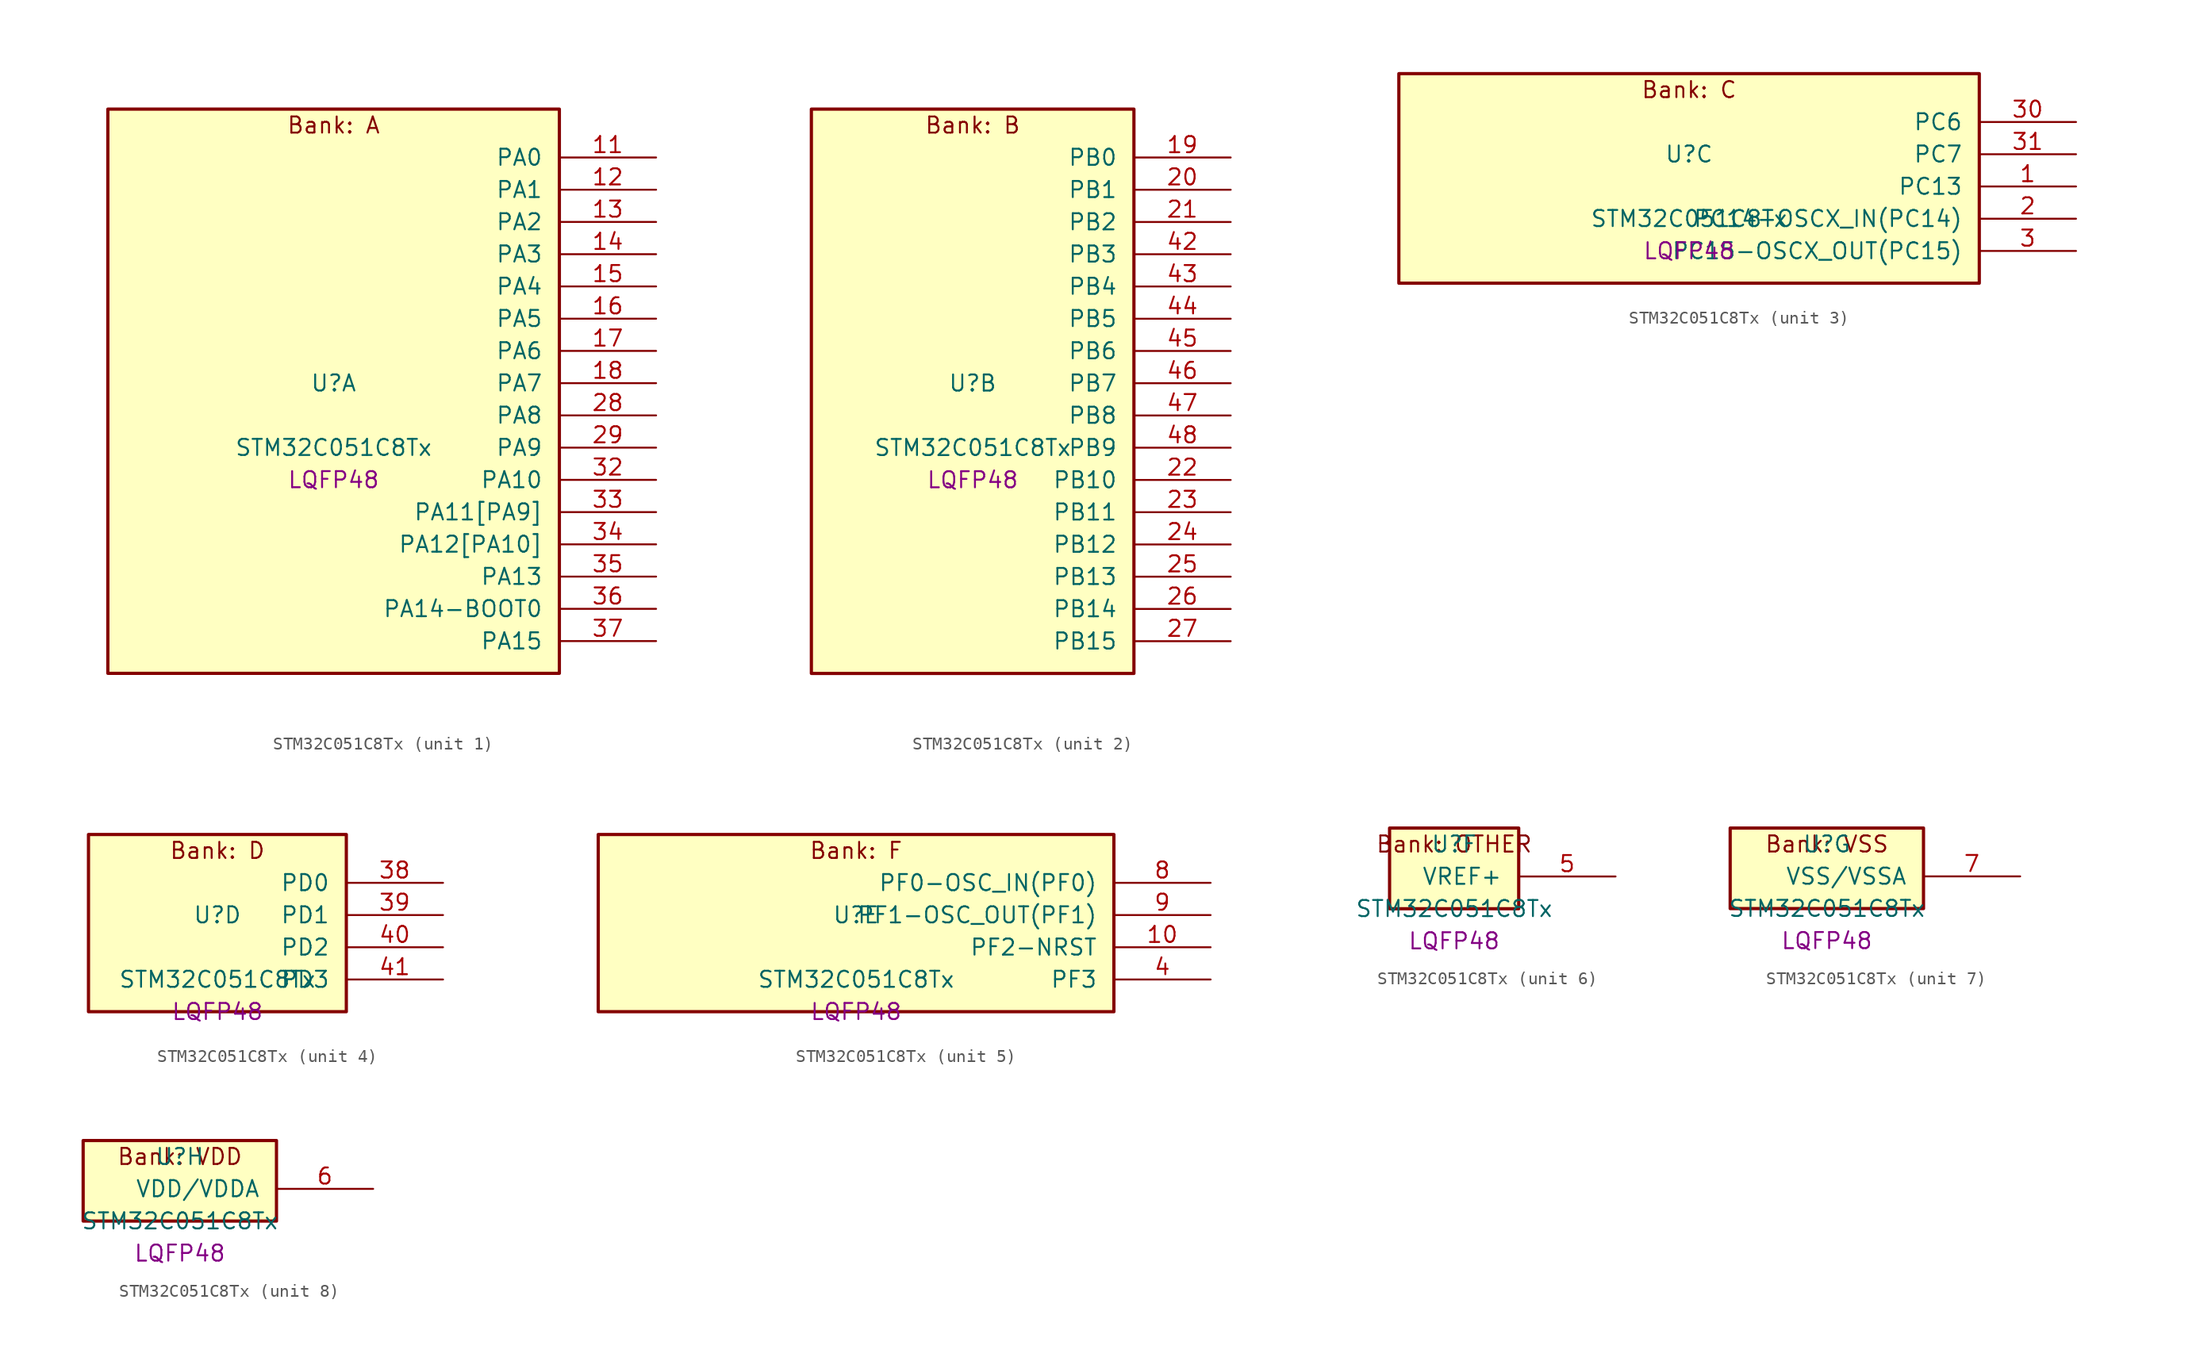
<source format=kicad_sym>
(kicad_symbol_lib
  (version 20241209)
  (generator "stm32_pkl_generator")
  (generator_version "1.0")
  (symbol "STM32C051C8Tx"
    (pin_names
      (offset 1.27))
    (property "Reference" "U"
      (at 0 2.54 0))
    (property "Value" "STM32C051C8Tx"
      (at 0 -2.54 0))
    (property "Footprint" "LQFP48"
      (at 0 -5.08 0))
    (symbol "STM32C051C8Tx_1_1"
      (rectangle (start -17.78 24.13) (end 17.78 -20.32) (stroke (width 0.254) (type solid)) (fill (type background)))
      (text "Bank: A" (at 0 22.86 0))
      (pin bidirectional line (at 25.4 20.32 180) (length 7.62) (name "PA0") (number "11") (alternate "PA0/ADC1_IN0" bidirectional line) (alternate "PA0/PWR_WKUP1" bidirectional line) (alternate "PA0/SPI2_SCK" bidirectional line) (alternate "PA0/TIM16_CH1" bidirectional line) (alternate "PA0/TIM1_CH1" bidirectional line) (alternate "PA0/TIM2_CH1" bidirectional line) (alternate "PA0/TIM2_ETR" bidirectional line) (alternate "PA0/USART1_TX" bidirectional line) (alternate "PA0/USART2_CTS" bidirectional line) (alternate "PA0/USART2_NSS" bidirectional line))
      (pin bidirectional line (at 25.4 17.78 180) (length 7.62) (name "PA1") (number "12") (alternate "PA1/ADC1_IN1" bidirectional line) (alternate "PA1/I2C1_SMBA" bidirectional line) (alternate "PA1/I2S1_CK" bidirectional line) (alternate "PA1/SPI1_SCK" bidirectional line) (alternate "PA1/TIM17_CH1" bidirectional line) (alternate "PA1/TIM1_CH2" bidirectional line) (alternate "PA1/TIM2_CH2" bidirectional line) (alternate "PA1/USART1_RX" bidirectional line) (alternate "PA1/USART2_CK" bidirectional line) (alternate "PA1/USART2_DE" bidirectional line) (alternate "PA1/USART2_RTS" bidirectional line))
      (pin bidirectional line (at 25.4 15.24 180) (length 7.62) (name "PA2") (number "13") (alternate "PA2/ADC1_IN2" bidirectional line) (alternate "PA2/I2S1_SD" bidirectional line) (alternate "PA2/PWR_WKUP4" bidirectional line) (alternate "PA2/RCC_LSCO" bidirectional line) (alternate "PA2/SPI1_MOSI" bidirectional line) (alternate "PA2/TIM16_CH1N" bidirectional line) (alternate "PA2/TIM1_CH3" bidirectional line) (alternate "PA2/TIM2_CH3" bidirectional line) (alternate "PA2/TIM3_ETR" bidirectional line) (alternate "PA2/USART2_TX" bidirectional line))
      (pin bidirectional line (at 25.4 12.7 180) (length 7.62) (name "PA3") (number "14") (alternate "PA3/ADC1_IN3" bidirectional line) (alternate "PA3/SPI2_MISO" bidirectional line) (alternate "PA3/TIM1_CH1N" bidirectional line) (alternate "PA3/TIM1_CH4" bidirectional line) (alternate "PA3/TIM2_CH4" bidirectional line) (alternate "PA3/USART2_RX" bidirectional line))
      (pin bidirectional line (at 25.4 10.16 180) (length 7.62) (name "PA4") (number "15") (alternate "PA4/ADC1_IN4" bidirectional line) (alternate "PA4/I2S1_WS" bidirectional line) (alternate "PA4/RTC_OUT2" bidirectional line) (alternate "PA4/SPI1_NSS" bidirectional line) (alternate "PA4/SPI2_MOSI" bidirectional line) (alternate "PA4/TIM14_CH1" bidirectional line) (alternate "PA4/TIM17_CH1N" bidirectional line) (alternate "PA4/TIM1_CH2N" bidirectional line) (alternate "PA4/USART2_TX" bidirectional line))
      (pin bidirectional line (at 25.4 7.62 180) (length 7.62) (name "PA5") (number "16") (alternate "PA5/ADC1_IN5" bidirectional line) (alternate "PA5/I2S1_CK" bidirectional line) (alternate "PA5/SPI1_SCK" bidirectional line) (alternate "PA5/TIM1_CH1" bidirectional line) (alternate "PA5/TIM1_CH3N" bidirectional line) (alternate "PA5/TIM2_CH1" bidirectional line) (alternate "PA5/TIM2_ETR" bidirectional line) (alternate "PA5/USART2_RX" bidirectional line))
      (pin bidirectional line (at 25.4 5.08 180) (length 7.62) (name "PA6") (number "17") (alternate "PA6/ADC1_IN6" bidirectional line) (alternate "PA6/I2C2_SDA" bidirectional line) (alternate "PA6/I2S1_MCK" bidirectional line) (alternate "PA6/SPI1_MISO" bidirectional line) (alternate "PA6/TIM16_CH1" bidirectional line) (alternate "PA6/TIM1_BKIN" bidirectional line) (alternate "PA6/TIM3_CH1" bidirectional line) (alternate "PA6/USART1_TX" bidirectional line))
      (pin bidirectional line (at 25.4 2.54 180) (length 7.62) (name "PA7") (number "18") (alternate "PA7/ADC1_IN7" bidirectional line) (alternate "PA7/I2C2_SCL" bidirectional line) (alternate "PA7/I2S1_SD" bidirectional line) (alternate "PA7/SPI1_MOSI" bidirectional line) (alternate "PA7/TIM14_CH1" bidirectional line) (alternate "PA7/TIM17_CH1" bidirectional line) (alternate "PA7/TIM1_CH1N" bidirectional line) (alternate "PA7/TIM3_CH2" bidirectional line) (alternate "PA7/USART1_RX" bidirectional line))
      (pin bidirectional line (at 25.4 0 180) (length 7.62) (name "PA8") (number "28") (alternate "PA8/ADC1_IN8" bidirectional line) (alternate "PA8/I2S1_WS" bidirectional line) (alternate "PA8/RCC_MCO" bidirectional line) (alternate "PA8/RCC_MCO_2" bidirectional line) (alternate "PA8/SPI1_NSS" bidirectional line) (alternate "PA8/SPI2_MISO" bidirectional line) (alternate "PA8/SPI2_NSS" bidirectional line) (alternate "PA8/TIM14_CH1" bidirectional line) (alternate "PA8/TIM1_CH1" bidirectional line) (alternate "PA8/TIM1_CH2N" bidirectional line) (alternate "PA8/TIM1_CH3N" bidirectional line) (alternate "PA8/TIM3_CH3" bidirectional line) (alternate "PA8/TIM3_CH4" bidirectional line) (alternate "PA8/USART1_RX" bidirectional line) (alternate "PA8/USART2_TX" bidirectional line))
      (pin bidirectional line (at 25.4 -2.54 180) (length 7.62) (name "PA9") (number "29") (alternate "PA9/I2C1_SCL" bidirectional line) (alternate "PA9/I2C2_SCL" bidirectional line) (alternate "PA9/RCC_MCO" bidirectional line) (alternate "PA9/SPI2_MISO" bidirectional line) (alternate "PA9/TIM1_CH2" bidirectional line) (alternate "PA9/TIM3_ETR" bidirectional line) (alternate "PA9/USART1_TX" bidirectional line) (alternate "PA9/NC" bidirectional line))
      (pin bidirectional line (at 25.4 -5.08 180) (length 7.62) (name "PA10") (number "32") (alternate "PA10/I2C1_SDA" bidirectional line) (alternate "PA10/I2C2_SDA" bidirectional line) (alternate "PA10/RCC_MCO_2" bidirectional line) (alternate "PA10/SPI2_MOSI" bidirectional line) (alternate "PA10/TIM17_BKIN" bidirectional line) (alternate "PA10/TIM1_CH3" bidirectional line) (alternate "PA10/USART1_RX" bidirectional line) (alternate "PA10/NC" bidirectional line))
      (pin bidirectional line (at 25.4 -7.62 180) (length 7.62) (name "PA11[PA9]") (number "33") (alternate "PA11[PA9]/ADC1_EXTI11" bidirectional line) (alternate "PA11[PA9]/ADC1_IN11" bidirectional line) (alternate "PA11[PA9]/I2C2_SCL" bidirectional line) (alternate "PA11[PA9]/I2S1_MCK" bidirectional line) (alternate "PA11[PA9]/SPI1_MISO" bidirectional line) (alternate "PA11[PA9]/TIM1_BKIN2" bidirectional line) (alternate "PA11[PA9]/TIM1_CH4" bidirectional line) (alternate "PA11[PA9]/USART1_CTS" bidirectional line) (alternate "PA11[PA9]/USART1_NSS" bidirectional line) (alternate "PA11[PA9]/PA9[PA11]" bidirectional line) (alternate "PA11[PA9]/I2C1_SCL" bidirectional line) (alternate "PA11[PA9]/RCC_MCO" bidirectional line) (alternate "PA11[PA9]/SPI2_MISO" bidirectional line) (alternate "PA11[PA9]/TIM1_CH2" bidirectional line) (alternate "PA11[PA9]/TIM3_ETR" bidirectional line) (alternate "PA11[PA9]/USART1_TX" bidirectional line))
      (pin bidirectional line (at 25.4 -10.16 180) (length 7.62) (name "PA12[PA10]") (number "34") (alternate "PA12[PA10]/ADC1_IN12" bidirectional line) (alternate "PA12[PA10]/I2C2_SDA" bidirectional line) (alternate "PA12[PA10]/I2S1_SD" bidirectional line) (alternate "PA12[PA10]/I2S_CKIN" bidirectional line) (alternate "PA12[PA10]/SPI1_MOSI" bidirectional line) (alternate "PA12[PA10]/TIM1_ETR" bidirectional line) (alternate "PA12[PA10]/USART1_CK" bidirectional line) (alternate "PA12[PA10]/USART1_DE" bidirectional line) (alternate "PA12[PA10]/USART1_RTS" bidirectional line) (alternate "PA12[PA10]/PA10[PA12]" bidirectional line) (alternate "PA12[PA10]/I2C1_SDA" bidirectional line) (alternate "PA12[PA10]/RCC_MCO_2" bidirectional line) (alternate "PA12[PA10]/SPI2_MOSI" bidirectional line) (alternate "PA12[PA10]/TIM17_BKIN" bidirectional line) (alternate "PA12[PA10]/TIM1_CH3" bidirectional line) (alternate "PA12[PA10]/USART1_RX" bidirectional line))
      (pin bidirectional line (at 25.4 -12.7 180) (length 7.62) (name "PA13") (number "35") (alternate "PA13/ADC1_IN13" bidirectional line) (alternate "PA13/DEBUG_SWDIO" bidirectional line) (alternate "PA13/IR_OUT" bidirectional line) (alternate "PA13/TIM3_ETR" bidirectional line) (alternate "PA13/USART2_RX" bidirectional line))
      (pin bidirectional line (at 25.4 -15.24 180) (length 7.62) (name "PA14-BOOT0") (number "36") (alternate "PA14-BOOT0/ADC1_IN14" bidirectional line) (alternate "PA14-BOOT0/BOOT0" bidirectional line) (alternate "PA14-BOOT0/DEBUG_SWCLK" bidirectional line) (alternate "PA14-BOOT0/I2S1_WS" bidirectional line) (alternate "PA14-BOOT0/RCC_MCO_2" bidirectional line) (alternate "PA14-BOOT0/SPI1_NSS" bidirectional line) (alternate "PA14-BOOT0/TIM1_CH1" bidirectional line) (alternate "PA14-BOOT0/USART1_CK" bidirectional line) (alternate "PA14-BOOT0/USART1_DE" bidirectional line) (alternate "PA14-BOOT0/USART1_RTS" bidirectional line) (alternate "PA14-BOOT0/USART2_RX" bidirectional line) (alternate "PA14-BOOT0/USART2_TX" bidirectional line))
      (pin bidirectional line (at 25.4 -17.78 180) (length 7.62) (name "PA15") (number "37") (alternate "PA15/I2S1_WS" bidirectional line) (alternate "PA15/RCC_MCO_2" bidirectional line) (alternate "PA15/SPI1_NSS" bidirectional line) (alternate "PA15/TIM1_CH1" bidirectional line) (alternate "PA15/TIM2_CH1" bidirectional line) (alternate "PA15/TIM2_ETR" bidirectional line) (alternate "PA15/USART1_CK" bidirectional line) (alternate "PA15/USART1_DE" bidirectional line) (alternate "PA15/USART1_RTS" bidirectional line) (alternate "PA15/USART2_RX" bidirectional line)))
    (symbol "STM32C051C8Tx_2_1"
      (rectangle (start -12.7 24.13) (end 12.7 -20.32) (stroke (width 0.254) (type solid)) (fill (type background)))
      (text "Bank: B" (at 0 22.86 0))
      (pin bidirectional line (at 20.32 20.32 180) (length 7.62) (name "PB0") (number "19") (alternate "PB0/ADC1_IN17" bidirectional line) (alternate "PB0/I2S1_WS" bidirectional line) (alternate "PB0/SPI1_NSS" bidirectional line) (alternate "PB0/TIM1_CH2N" bidirectional line) (alternate "PB0/TIM3_CH3" bidirectional line))
      (pin bidirectional line (at 20.32 17.78 180) (length 7.62) (name "PB1") (number "20") (alternate "PB1/ADC1_IN18" bidirectional line) (alternate "PB1/TIM14_CH1" bidirectional line) (alternate "PB1/TIM1_CH2N" bidirectional line) (alternate "PB1/TIM1_CH3N" bidirectional line) (alternate "PB1/TIM3_CH4" bidirectional line))
      (pin bidirectional line (at 20.32 15.24 180) (length 7.62) (name "PB2") (number "21") (alternate "PB2/ADC1_IN19" bidirectional line) (alternate "PB2/RCC_MCO_2" bidirectional line) (alternate "PB2/SPI2_MISO" bidirectional line) (alternate "PB2/USART1_RX" bidirectional line))
      (pin bidirectional line (at 20.32 12.7 180) (length 7.62) (name "PB3") (number "42") (alternate "PB3/I2C2_SCL" bidirectional line) (alternate "PB3/I2S1_CK" bidirectional line) (alternate "PB3/SPI1_SCK" bidirectional line) (alternate "PB3/TIM1_CH2" bidirectional line) (alternate "PB3/TIM2_CH2" bidirectional line) (alternate "PB3/TIM3_CH2" bidirectional line) (alternate "PB3/USART1_CK" bidirectional line) (alternate "PB3/USART1_DE" bidirectional line) (alternate "PB3/USART1_RTS" bidirectional line))
      (pin bidirectional line (at 20.32 10.16 180) (length 7.62) (name "PB4") (number "43") (alternate "PB4/I2C2_SDA" bidirectional line) (alternate "PB4/I2S1_MCK" bidirectional line) (alternate "PB4/SPI1_MISO" bidirectional line) (alternate "PB4/TIM17_BKIN" bidirectional line) (alternate "PB4/TIM3_CH1" bidirectional line) (alternate "PB4/USART1_CTS" bidirectional line) (alternate "PB4/USART1_NSS" bidirectional line))
      (pin bidirectional line (at 20.32 7.62 180) (length 7.62) (name "PB5") (number "44") (alternate "PB5/I2C1_SMBA" bidirectional line) (alternate "PB5/I2S1_SD" bidirectional line) (alternate "PB5/PWR_WKUP6" bidirectional line) (alternate "PB5/SPI1_MOSI" bidirectional line) (alternate "PB5/TIM16_BKIN" bidirectional line) (alternate "PB5/TIM3_CH2" bidirectional line) (alternate "PB5/TIM3_CH3" bidirectional line))
      (pin bidirectional line (at 20.32 5.08 180) (length 7.62) (name "PB6") (number "45") (alternate "PB6/I2C1_SCL" bidirectional line) (alternate "PB6/I2C1_SMBA" bidirectional line) (alternate "PB6/I2S1_CK" bidirectional line) (alternate "PB6/I2S1_MCK" bidirectional line) (alternate "PB6/I2S1_SD" bidirectional line) (alternate "PB6/PWR_WKUP3" bidirectional line) (alternate "PB6/SPI1_MISO" bidirectional line) (alternate "PB6/SPI1_MOSI" bidirectional line) (alternate "PB6/SPI1_SCK" bidirectional line) (alternate "PB6/SPI2_MISO" bidirectional line) (alternate "PB6/TIM16_BKIN" bidirectional line) (alternate "PB6/TIM16_CH1N" bidirectional line) (alternate "PB6/TIM17_BKIN" bidirectional line) (alternate "PB6/TIM1_CH2" bidirectional line) (alternate "PB6/TIM1_CH3" bidirectional line) (alternate "PB6/TIM3_CH1" bidirectional line) (alternate "PB6/TIM3_CH2" bidirectional line) (alternate "PB6/TIM3_CH3" bidirectional line) (alternate "PB6/USART1_CTS" bidirectional line) (alternate "PB6/USART1_NSS" bidirectional line) (alternate "PB6/USART1_TX" bidirectional line))
      (pin bidirectional line (at 20.32 2.54 180) (length 7.62) (name "PB7") (number "46") (alternate "PB7/I2C1_SCL" bidirectional line) (alternate "PB7/I2C1_SDA" bidirectional line) (alternate "PB7/SPI2_MOSI" bidirectional line) (alternate "PB7/TIM16_CH1" bidirectional line) (alternate "PB7/TIM17_CH1N" bidirectional line) (alternate "PB7/TIM1_CH1" bidirectional line) (alternate "PB7/TIM1_CH4" bidirectional line) (alternate "PB7/TIM3_CH1" bidirectional line) (alternate "PB7/TIM3_CH4" bidirectional line) (alternate "PB7/USART1_RX" bidirectional line) (alternate "PB7/USART2_CTS" bidirectional line) (alternate "PB7/USART2_NSS" bidirectional line))
      (pin bidirectional line (at 20.32 0 180) (length 7.62) (name "PB8") (number "47") (alternate "PB8/I2C1_SCL" bidirectional line) (alternate "PB8/SPI2_SCK" bidirectional line) (alternate "PB8/TIM16_CH1" bidirectional line) (alternate "PB8/TIM3_CH1" bidirectional line) (alternate "PB8/USART2_CTS" bidirectional line) (alternate "PB8/USART2_NSS" bidirectional line))
      (pin bidirectional line (at 20.32 -2.54 180) (length 7.62) (name "PB9") (number "48") (alternate "PB9/I2C1_SDA" bidirectional line) (alternate "PB9/IR_OUT" bidirectional line) (alternate "PB9/SPI2_NSS" bidirectional line) (alternate "PB9/TIM17_CH1" bidirectional line) (alternate "PB9/TIM3_CH2" bidirectional line) (alternate "PB9/USART2_CK" bidirectional line) (alternate "PB9/USART2_DE" bidirectional line) (alternate "PB9/USART2_RTS" bidirectional line))
      (pin bidirectional line (at 20.32 -5.08 180) (length 7.62) (name "PB10") (number "22") (alternate "PB10/ADC1_IN20" bidirectional line) (alternate "PB10/I2C2_SCL" bidirectional line) (alternate "PB10/SPI2_SCK" bidirectional line) (alternate "PB10/TIM2_CH3" bidirectional line))
      (pin bidirectional line (at 20.32 -7.62 180) (length 7.62) (name "PB11") (number "23") (alternate "PB11/ADC1_EXTI11" bidirectional line) (alternate "PB11/ADC1_IN21" bidirectional line) (alternate "PB11/I2C2_SDA" bidirectional line) (alternate "PB11/SPI2_MOSI" bidirectional line) (alternate "PB11/TIM2_CH4" bidirectional line))
      (pin bidirectional line (at 20.32 -10.16 180) (length 7.62) (name "PB12") (number "24") (alternate "PB12/ADC1_IN22" bidirectional line) (alternate "PB12/SPI2_NSS" bidirectional line) (alternate "PB12/TIM1_BKIN" bidirectional line) (alternate "PB12/TIM1_BKIN2" bidirectional line))
      (pin bidirectional line (at 20.32 -12.7 180) (length 7.62) (name "PB13") (number "25") (alternate "PB13/I2C2_SCL" bidirectional line) (alternate "PB13/SPI2_SCK" bidirectional line) (alternate "PB13/TIM1_CH1N" bidirectional line))
      (pin bidirectional line (at 20.32 -15.24 180) (length 7.62) (name "PB14") (number "26") (alternate "PB14/I2C2_SDA" bidirectional line) (alternate "PB14/SPI2_MISO" bidirectional line) (alternate "PB14/TIM1_CH2N" bidirectional line))
      (pin bidirectional line (at 20.32 -17.78 180) (length 7.62) (name "PB15") (number "27") (alternate "PB15/RTC_REFIN" bidirectional line) (alternate "PB15/SPI2_MOSI" bidirectional line) (alternate "PB15/TIM1_CH3N" bidirectional line)))
    (symbol "STM32C051C8Tx_3_1"
      (rectangle (start -22.86 8.89) (end 22.86 -7.62) (stroke (width 0.254) (type solid)) (fill (type background)))
      (text "Bank: C" (at 0 7.62 0))
      (pin bidirectional line (at 30.48 5.08 180) (length 7.62) (name "PC6") (number "30") (alternate "PC6/TIM2_CH3" bidirectional line) (alternate "PC6/TIM3_CH1" bidirectional line))
      (pin bidirectional line (at 30.48 2.54 180) (length 7.62) (name "PC7") (number "31") (alternate "PC7/TIM2_CH4" bidirectional line) (alternate "PC7/TIM3_CH2" bidirectional line))
      (pin bidirectional line (at 30.48 0 180) (length 7.62) (name "PC13") (number "1") (alternate "PC13/PWR_WKUP2" bidirectional line) (alternate "PC13/RTC_OUT1" bidirectional line) (alternate "PC13/RTC_TS" bidirectional line) (alternate "PC13/TIM1_BKIN" bidirectional line) (alternate "PC13/TIM1_ETR" bidirectional line))
      (pin bidirectional line (at 30.48 -2.54 180) (length 7.62) (name "PC14-OSCX_IN(PC14)") (number "2") (alternate "PC14-OSCX_IN(PC14)/I2C1_SDA" bidirectional line) (alternate "PC14-OSCX_IN(PC14)/IR_OUT" bidirectional line) (alternate "PC14-OSCX_IN(PC14)/RCC_OSCX_IN" bidirectional line) (alternate "PC14-OSCX_IN(PC14)/SPI2_NSS" bidirectional line) (alternate "PC14-OSCX_IN(PC14)/TIM17_CH1" bidirectional line) (alternate "PC14-OSCX_IN(PC14)/TIM1_BKIN2" bidirectional line) (alternate "PC14-OSCX_IN(PC14)/TIM1_ETR" bidirectional line) (alternate "PC14-OSCX_IN(PC14)/TIM3_CH2" bidirectional line) (alternate "PC14-OSCX_IN(PC14)/USART1_RX" bidirectional line) (alternate "PC14-OSCX_IN(PC14)/USART1_TX" bidirectional line) (alternate "PC14-OSCX_IN(PC14)/USART2_CK" bidirectional line) (alternate "PC14-OSCX_IN(PC14)/USART2_DE" bidirectional line) (alternate "PC14-OSCX_IN(PC14)/USART2_RTS" bidirectional line))
      (pin bidirectional line (at 30.48 -5.08 180) (length 7.62) (name "PC15-OSCX_OUT(PC15)") (number "3") (alternate "PC15-OSCX_OUT(PC15)/RCC_OSC32_EN" bidirectional line) (alternate "PC15-OSCX_OUT(PC15)/RCC_OSCX_OUT" bidirectional line) (alternate "PC15-OSCX_OUT(PC15)/RCC_OSC_EN" bidirectional line) (alternate "PC15-OSCX_OUT(PC15)/TIM1_CH2" bidirectional line) (alternate "PC15-OSCX_OUT(PC15)/TIM1_ETR" bidirectional line) (alternate "PC15-OSCX_OUT(PC15)/TIM3_CH3" bidirectional line)))
    (symbol "STM32C051C8Tx_4_1"
      (rectangle (start -10.16 8.89) (end 10.16 -5.08) (stroke (width 0.254) (type solid)) (fill (type background)))
      (text "Bank: D" (at 0 7.62 0))
      (pin bidirectional line (at 17.78 5.08 180) (length 7.62) (name "PD0") (number "38") (alternate "PD0/SPI2_NSS" bidirectional line) (alternate "PD0/TIM16_CH1" bidirectional line))
      (pin bidirectional line (at 17.78 2.54 180) (length 7.62) (name "PD1") (number "39") (alternate "PD1/SPI2_SCK" bidirectional line) (alternate "PD1/TIM17_CH1" bidirectional line))
      (pin bidirectional line (at 17.78 0 180) (length 7.62) (name "PD2") (number "40") (alternate "PD2/TIM1_CH1N" bidirectional line) (alternate "PD2/TIM3_ETR" bidirectional line))
      (pin bidirectional line (at 17.78 -2.54 180) (length 7.62) (name "PD3") (number "41") (alternate "PD3/SPI2_MISO" bidirectional line) (alternate "PD3/TIM1_CH2N" bidirectional line) (alternate "PD3/USART2_CTS" bidirectional line) (alternate "PD3/USART2_NSS" bidirectional line)))
    (symbol "STM32C051C8Tx_5_1"
      (rectangle (start -20.32 8.89) (end 20.32 -5.08) (stroke (width 0.254) (type solid)) (fill (type background)))
      (text "Bank: F" (at 0 7.62 0))
      (pin bidirectional line (at 27.94 5.08 180) (length 7.62) (name "PF0-OSC_IN(PF0)") (number "8") (alternate "PF0-OSC_IN(PF0)/RCC_OSC_IN" bidirectional line) (alternate "PF0-OSC_IN(PF0)/TIM14_CH1" bidirectional line))
      (pin bidirectional line (at 27.94 2.54 180) (length 7.62) (name "PF1-OSC_OUT(PF1)") (number "9") (alternate "PF1-OSC_OUT(PF1)/RCC_OSC_EN" bidirectional line) (alternate "PF1-OSC_OUT(PF1)/RCC_OSC_OUT" bidirectional line))
      (pin bidirectional line (at 27.94 0 180) (length 7.62) (name "PF2-NRST") (number "10") (alternate "PF2-NRST/RCC_MCO" bidirectional line) (alternate "PF2-NRST/TIM1_CH4" bidirectional line))
      (pin bidirectional line (at 27.94 -2.54 180) (length 7.62) (name "PF3") (number "4")))
    (symbol "STM32C051C8Tx_6_1"
      (rectangle (start -5.08 3.81) (end 5.08 -2.54) (stroke (width 0.254) (type solid)) (fill (type background)))
      (text "Bank: OTHER" (at 0 2.54 0))
      (pin bidirectional line (at 12.7 0 180) (length 7.62) (name "VREF+") (number "5")))
    (symbol "STM32C051C8Tx_7_1"
      (rectangle (start -7.62 3.81) (end 7.62 -2.54) (stroke (width 0.254) (type solid)) (fill (type background)))
      (text "Bank: VSS" (at 0 2.54 0))
      (pin power_in line (at 15.24 0 180) (length 7.62) (name "VSS/VSSA") (number "7")))
    (symbol "STM32C051C8Tx_8_1"
      (rectangle (start -7.62 3.81) (end 7.62 -2.54) (stroke (width 0.254) (type solid)) (fill (type background)))
      (text "Bank: VDD" (at 0 2.54 0))
      (pin power_in line (at 15.24 0 180) (length 7.62) (name "VDD/VDDA") (number "6")))))
</source>
